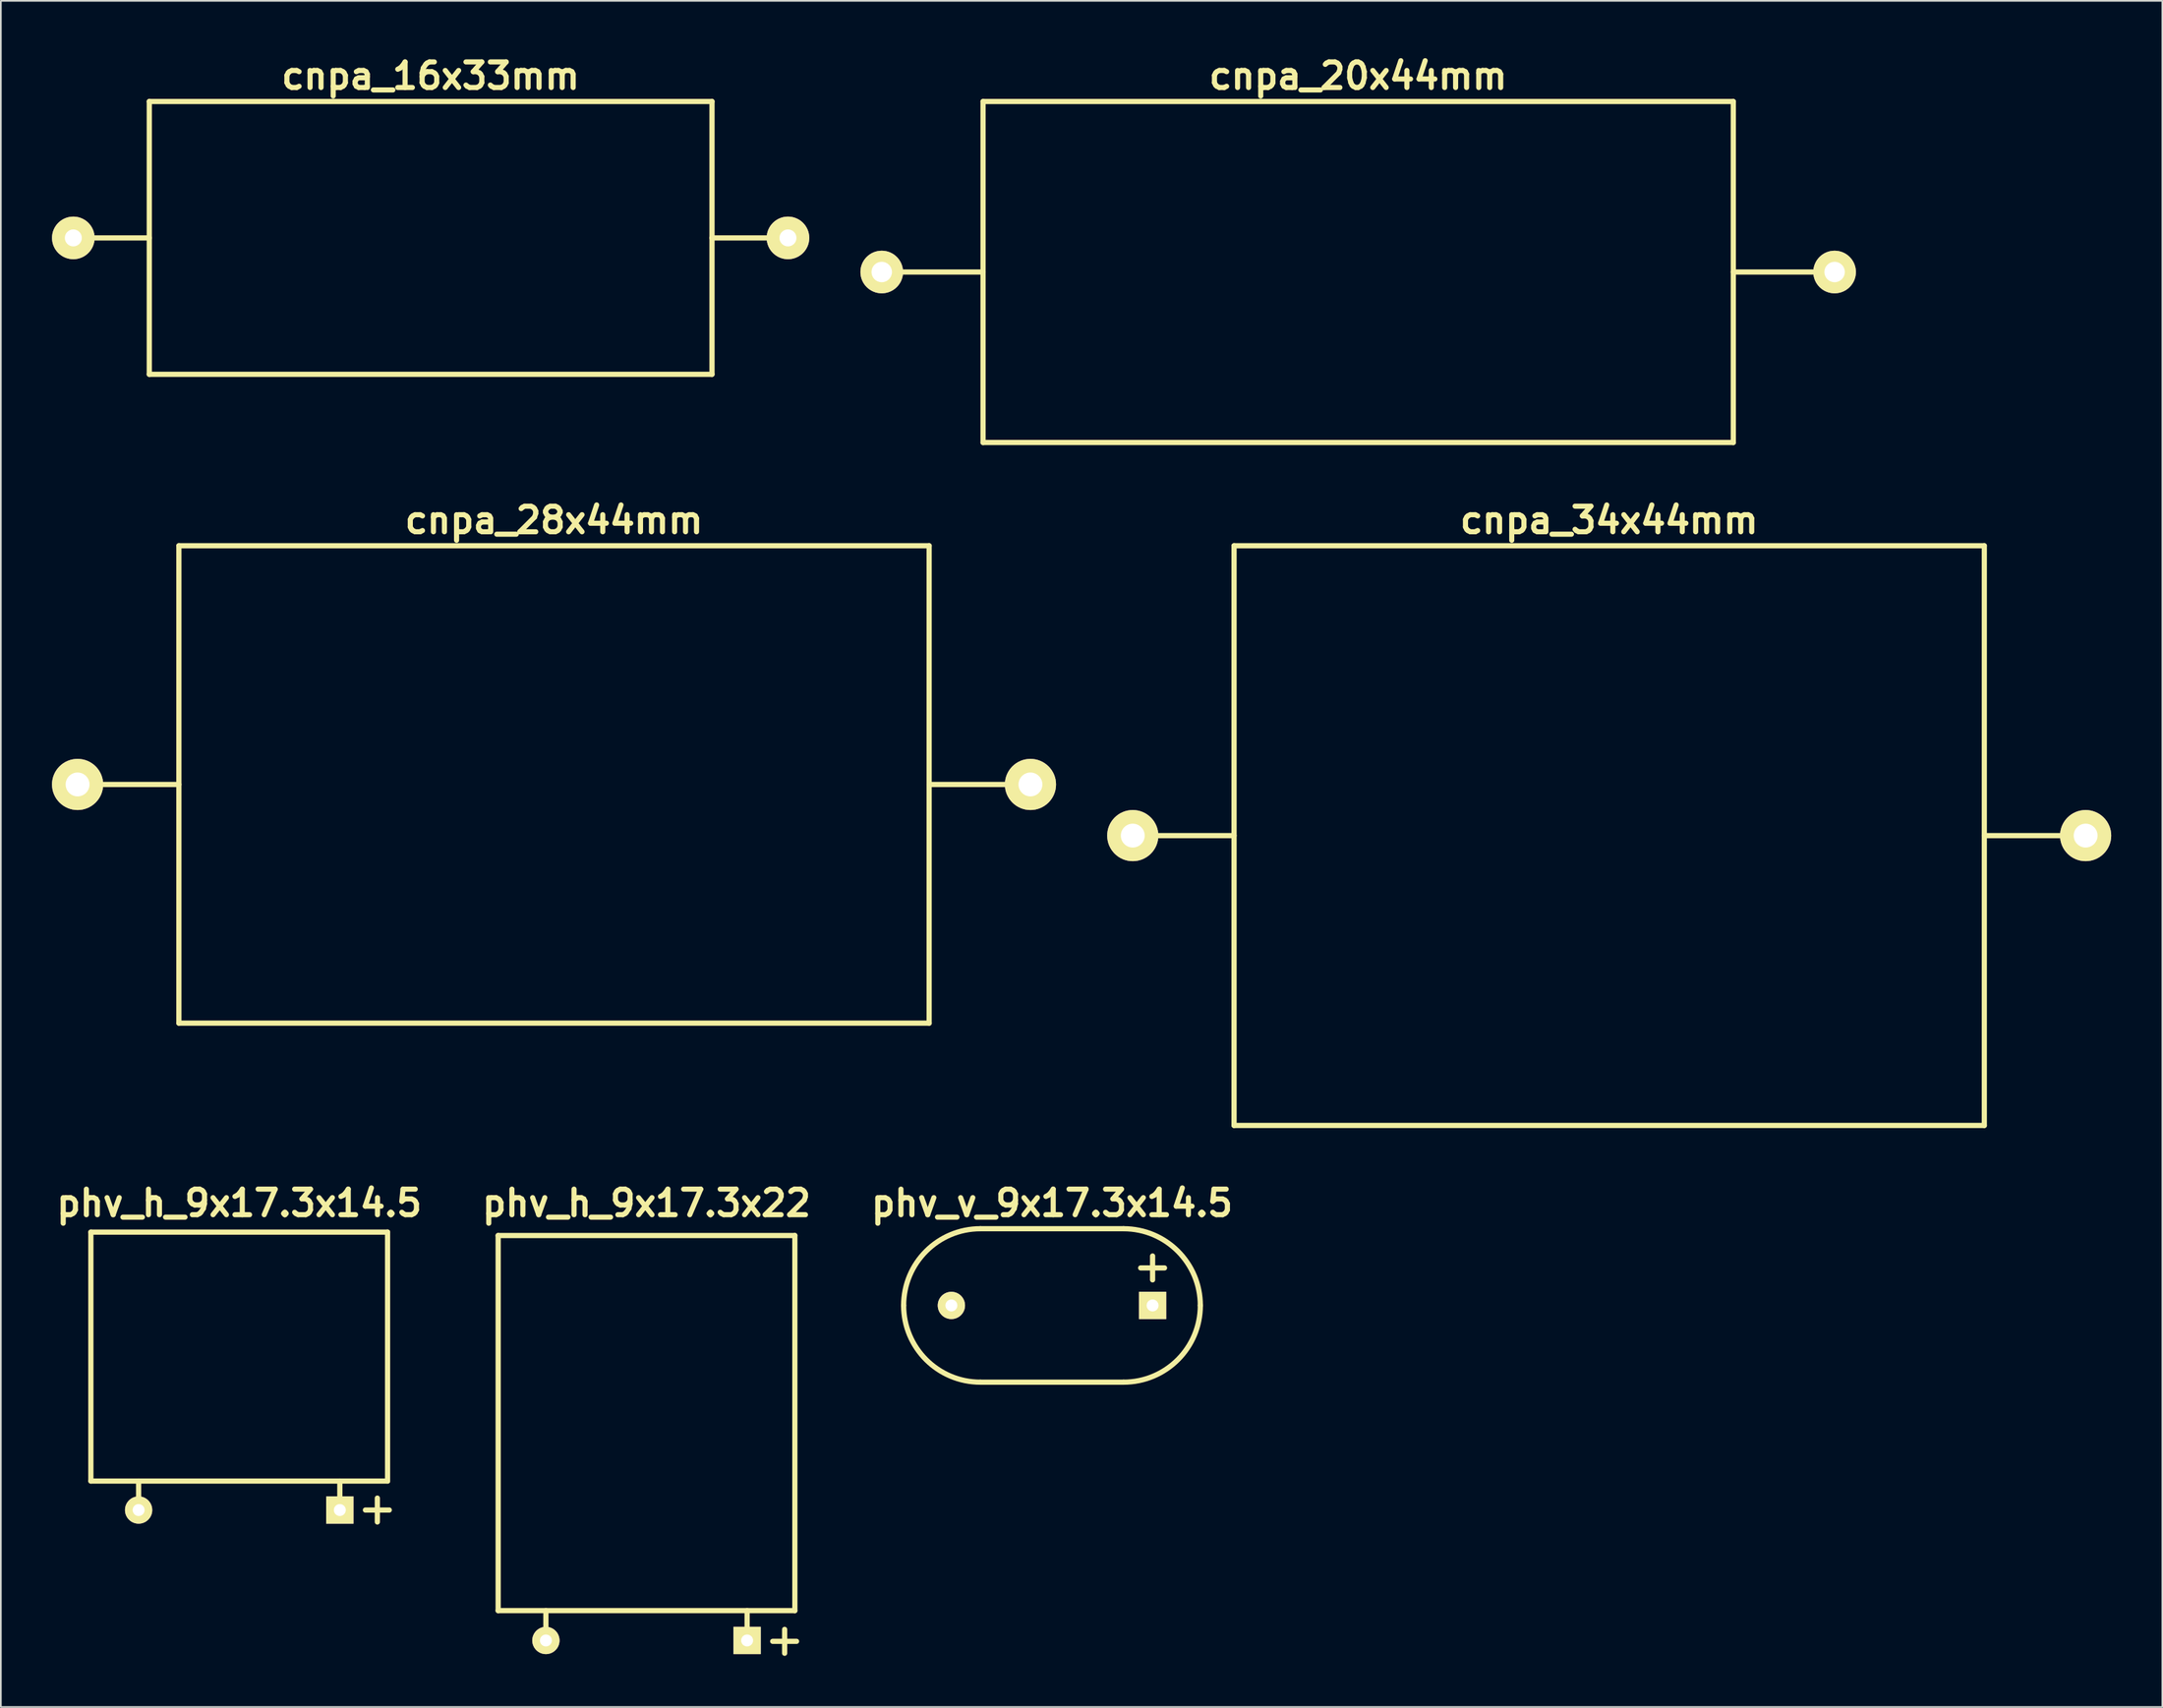
<source format=kicad_pcb>
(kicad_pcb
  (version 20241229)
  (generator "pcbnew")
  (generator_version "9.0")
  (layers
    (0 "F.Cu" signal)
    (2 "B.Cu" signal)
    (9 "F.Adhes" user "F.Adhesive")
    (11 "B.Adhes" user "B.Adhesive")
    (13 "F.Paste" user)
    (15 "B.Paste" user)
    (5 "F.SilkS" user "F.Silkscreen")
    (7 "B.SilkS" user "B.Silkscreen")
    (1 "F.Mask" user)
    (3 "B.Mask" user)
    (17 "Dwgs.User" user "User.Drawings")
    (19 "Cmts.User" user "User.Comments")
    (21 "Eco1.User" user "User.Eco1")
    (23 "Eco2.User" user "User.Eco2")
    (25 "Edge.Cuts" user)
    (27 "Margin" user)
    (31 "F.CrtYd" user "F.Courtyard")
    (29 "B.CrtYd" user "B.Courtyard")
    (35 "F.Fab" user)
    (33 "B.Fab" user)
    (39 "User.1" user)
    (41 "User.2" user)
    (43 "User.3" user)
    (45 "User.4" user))
  (footprint "phv_h_9x17.3x22"
    (layer "F.Cu")
    (at 34.864 81.417)
    (property "Reference" "phv_h_9x17.3x22" (at 0 -13.9 0) (layer "F.SilkS") (effects (font (size 1.5 1.5) (thickness 0.3))))
    (attr through_hole)
    (fp_line (start -8.7 -12) (end -8.7 10) (stroke (width 0.305) (type solid)) (layer "F.SilkS"))
    (fp_line (start -8.7 -12) (end 8.7 -12) (stroke (width 0.305) (type solid)) (layer "F.SilkS"))
    (fp_line (start -8.7 10) (end 8.7 10) (stroke (width 0.305) (type solid)) (layer "F.SilkS"))
    (fp_line (start -5.9 11.7) (end -5.9 10) (stroke (width 0.305) (type solid)) (layer "F.SilkS"))
    (fp_line (start 5.9 11.7) (end 5.9 10) (stroke (width 0.305) (type solid)) (layer "F.SilkS"))
    (fp_line (start 7.4 11.8) (end 8.8 11.8) (stroke (width 0.305) (type solid)) (layer "F.SilkS"))
    (fp_line (start 8.1 12.5) (end 8.1 11.1) (stroke (width 0.305) (type solid)) (layer "F.SilkS"))
    (fp_line (start 8.7 -12) (end 8.7 10) (stroke (width 0.305) (type solid)) (layer "F.SilkS"))
    (pad "1" thru_hole rect (at 5.9 11.75) (size 1.6 1.6) (drill 0.7) (layers "*.Cu" "*.Mask" "F.SilkS"))
    (pad "2" thru_hole circle (at -5.9 11.75) (size 1.6 1.6) (drill 0.7) (layers "*.Cu" "*.Mask" "F.SilkS")))
  (footprint "phv_h_9x17.3x14.5"
    (layer "F.Cu")
    (at 10.979 77.517)
    (property "Reference" "phv_h_9x17.3x14.5" (at 0 -10 0) (layer "F.SilkS") (effects (font (size 1.5 1.5) (thickness 0.3))))
    (attr through_hole)
    (fp_line (start -8.7 -8.3) (end -8.7 6.3) (stroke (width 0.305) (type solid)) (layer "F.SilkS"))
    (fp_line (start -8.7 -8.3) (end 8.7 -8.3) (stroke (width 0.305) (type solid)) (layer "F.SilkS"))
    (fp_line (start -8.7 6.3) (end 8.7 6.3) (stroke (width 0.305) (type solid)) (layer "F.SilkS"))
    (fp_line (start -5.9 8) (end -5.9 6.3) (stroke (width 0.305) (type solid)) (layer "F.SilkS"))
    (fp_line (start 5.9 8) (end 5.9 6.3) (stroke (width 0.305) (type solid)) (layer "F.SilkS"))
    (fp_line (start 7.4 8) (end 8.8 8) (stroke (width 0.305) (type solid)) (layer "F.SilkS"))
    (fp_line (start 8.1 8.7) (end 8.1 7.3) (stroke (width 0.305) (type solid)) (layer "F.SilkS"))
    (fp_line (start 8.7 -8.3) (end 8.7 6.3) (stroke (width 0.305) (type solid)) (layer "F.SilkS"))
    (pad "1" thru_hole rect (at 5.9 8) (size 1.6 1.6) (drill 0.7) (layers "*.Cu" "*.Mask" "F.SilkS"))
    (pad "2" thru_hole circle (at -5.9 8) (size 1.6 1.6) (drill 0.7) (layers "*.Cu" "*.Mask" "F.SilkS")))
  (footprint "cnpa_34x44mm"
    (layer "F.Cu")
    (at 91.32 45.96)
    (property "Reference" "cnpa_34x44mm" (at 0 -18.5 0) (layer "F.SilkS") (effects (font (size 1.5 1.5) (thickness 0.3))))
    (attr through_hole)
    (fp_line (start -21.999 -17) (end -21.999 17) (stroke (width 0.305) (type solid)) (layer "F.SilkS"))
    (fp_line (start -21.999 0) (end -28.001 0) (stroke (width 0.305) (type solid)) (layer "F.SilkS"))
    (fp_line (start -21.999 17) (end 21.999 17) (stroke (width 0.305) (type solid)) (layer "F.SilkS"))
    (fp_line (start 21.999 -17) (end -21.999 -17) (stroke (width 0.305) (type solid)) (layer "F.SilkS"))
    (fp_line (start 21.999 0) (end 28.001 0) (stroke (width 0.305) (type solid)) (layer "F.SilkS"))
    (fp_line (start 21.999 17) (end 21.999 -17) (stroke (width 0.305) (type solid)) (layer "F.SilkS"))
    (pad "1" thru_hole circle (at 27.94 0) (size 3 3) (drill 1.4) (layers "*.Cu" "*.Mask" "F.SilkS"))
    (pad "2" thru_hole circle (at -27.94 0) (size 3 3) (drill 1.4) (layers "*.Cu" "*.Mask" "F.SilkS")))
  (footprint "cnpa_28x44mm"
    (layer "F.Cu")
    (at 29.44 42.96)
    (property "Reference" "cnpa_28x44mm" (at 0 -15.5 0) (layer "F.SilkS") (effects (font (size 1.5 1.5) (thickness 0.3))))
    (attr through_hole)
    (fp_line (start -21.999 -14) (end -21.999 14) (stroke (width 0.305) (type solid)) (layer "F.SilkS"))
    (fp_line (start -21.999 0) (end -28.001 0) (stroke (width 0.305) (type solid)) (layer "F.SilkS"))
    (fp_line (start -21.999 14) (end 21.999 14) (stroke (width 0.305) (type solid)) (layer "F.SilkS"))
    (fp_line (start 21.999 -14) (end -21.999 -14) (stroke (width 0.305) (type solid)) (layer "F.SilkS"))
    (fp_line (start 21.999 0) (end 28.001 0) (stroke (width 0.305) (type solid)) (layer "F.SilkS"))
    (fp_line (start 21.999 14) (end 21.999 -14) (stroke (width 0.305) (type solid)) (layer "F.SilkS"))
    (pad "1" thru_hole circle (at 27.94 0) (size 3 3) (drill 1.4) (layers "*.Cu" "*.Mask" "F.SilkS"))
    (pad "2" thru_hole circle (at -27.94 0) (size 3 3) (drill 1.4) (layers "*.Cu" "*.Mask" "F.SilkS")))
  (footprint "cnpa_20x44mm"
    (layer "F.Cu")
    (at 76.599 12.904)
    (property "Reference" "cnpa_20x44mm" (at 0 -11.5 0) (layer "F.SilkS") (effects (font (size 1.5 1.5) (thickness 0.3))))
    (attr through_hole)
    (fp_line (start -21.999 -10) (end -21.999 10) (stroke (width 0.305) (type solid)) (layer "F.SilkS"))
    (fp_line (start -21.999 0) (end -28.001 0) (stroke (width 0.305) (type solid)) (layer "F.SilkS"))
    (fp_line (start -21.999 10) (end 21.999 10) (stroke (width 0.305) (type solid)) (layer "F.SilkS"))
    (fp_line (start 21.999 -10) (end -21.999 -10) (stroke (width 0.305) (type solid)) (layer "F.SilkS"))
    (fp_line (start 21.999 0) (end 28.001 0) (stroke (width 0.305) (type solid)) (layer "F.SilkS"))
    (fp_line (start 21.999 10) (end 21.999 -10) (stroke (width 0.305) (type solid)) (layer "F.SilkS"))
    (pad "1" thru_hole circle (at 27.94 0) (size 2.499 2.499) (drill 1.199) (layers "*.Cu" "*.Mask" "F.SilkS"))
    (pad "2" thru_hole circle (at -27.94 0) (size 2.499 2.499) (drill 1.199) (layers "*.Cu" "*.Mask" "F.SilkS")))
  (footprint "cnpa_16x33mm"
    (layer "F.Cu")
    (at 22.205 10.904)
    (property "Reference" "cnpa_16x33mm" (at 0 -9.5 0) (layer "F.SilkS") (effects (font (size 1.5 1.5) (thickness 0.3))))
    (attr through_hole)
    (fp_line (start -16.5 -8.001) (end 16.5 -8.001) (stroke (width 0.305) (type solid)) (layer "F.SilkS"))
    (fp_line (start -16.5 0) (end -21.001 0) (stroke (width 0.305) (type solid)) (layer "F.SilkS"))
    (fp_line (start -16.5 8.001) (end -16.5 -8.001) (stroke (width 0.305) (type solid)) (layer "F.SilkS"))
    (fp_line (start 16.5 -8.001) (end 16.5 8.001) (stroke (width 0.305) (type solid)) (layer "F.SilkS"))
    (fp_line (start 16.5 8.001) (end -16.5 8.001) (stroke (width 0.305) (type solid)) (layer "F.SilkS"))
    (fp_line (start 20.998 0) (end 16.497 0) (stroke (width 0.305) (type solid)) (layer "F.SilkS"))
    (pad "1" thru_hole circle (at 20.955 0) (size 2.499 2.499) (drill 0.996) (layers "*.Cu" "*.Mask" "F.SilkS"))
    (pad "2" thru_hole circle (at -20.955 0) (size 2.499 2.499) (drill 0.996) (layers "*.Cu" "*.Mask" "F.SilkS")))
  (footprint "phv_v_9x17.3x14.5"
    (layer "F.Cu")
    (at 58.643 73.517)
    (property "Reference" "phv_v_9x17.3x14.5" (at 0 -6 0) (layer "F.SilkS") (effects (font (size 1.5 1.5) (thickness 0.3))))
    (attr through_hole)
    (fp_line (start -4.2 4.5) (end 4.2 4.5) (stroke (width 0.305) (type solid)) (layer "F.SilkS"))
    (fp_line (start 4.2 -4.5) (end -4.2 -4.5) (stroke (width 0.305) (type solid)) (layer "F.SilkS"))
    (fp_line (start 5.2 -2.2) (end 6.6 -2.2) (stroke (width 0.305) (type solid)) (layer "F.SilkS"))
    (fp_line (start 5.9 -1.5) (end 5.9 -2.9) (stroke (width 0.305) (type solid)) (layer "F.SilkS"))
    (fp_arc (start -8.7 0) (mid -7.381981 -3.181981) (end -4.2 -4.5) (stroke (width 0.3048) (type solid)) (layer "F.SilkS"))
    (fp_arc (start -4.2 4.5) (mid -7.381981 3.181981) (end -8.7 0) (stroke (width 0.3048) (type solid)) (layer "F.SilkS"))
    (fp_arc (start 4.2 -4.5) (mid 7.381981 -3.181981) (end 8.7 0) (stroke (width 0.3048) (type solid)) (layer "F.SilkS"))
    (fp_arc (start 8.7 0) (mid 7.381981 3.181981) (end 4.2 4.5) (stroke (width 0.3048) (type solid)) (layer "F.SilkS"))
    (pad "1" thru_hole rect (at 5.9 0) (size 1.6 1.6) (drill 0.7) (layers "*.Cu" "*.Mask" "F.SilkS"))
    (pad "2" thru_hole circle (at -5.9 0) (size 1.6 1.6) (drill 0.7) (layers "*.Cu" "*.Mask" "F.SilkS")))
  (gr_rect
    (start -3 -3)
    (end 123.759 97.069)
    (stroke (width 0.1) (type default))
    (fill no)
    (layer "Edge.Cuts")))
</source>
